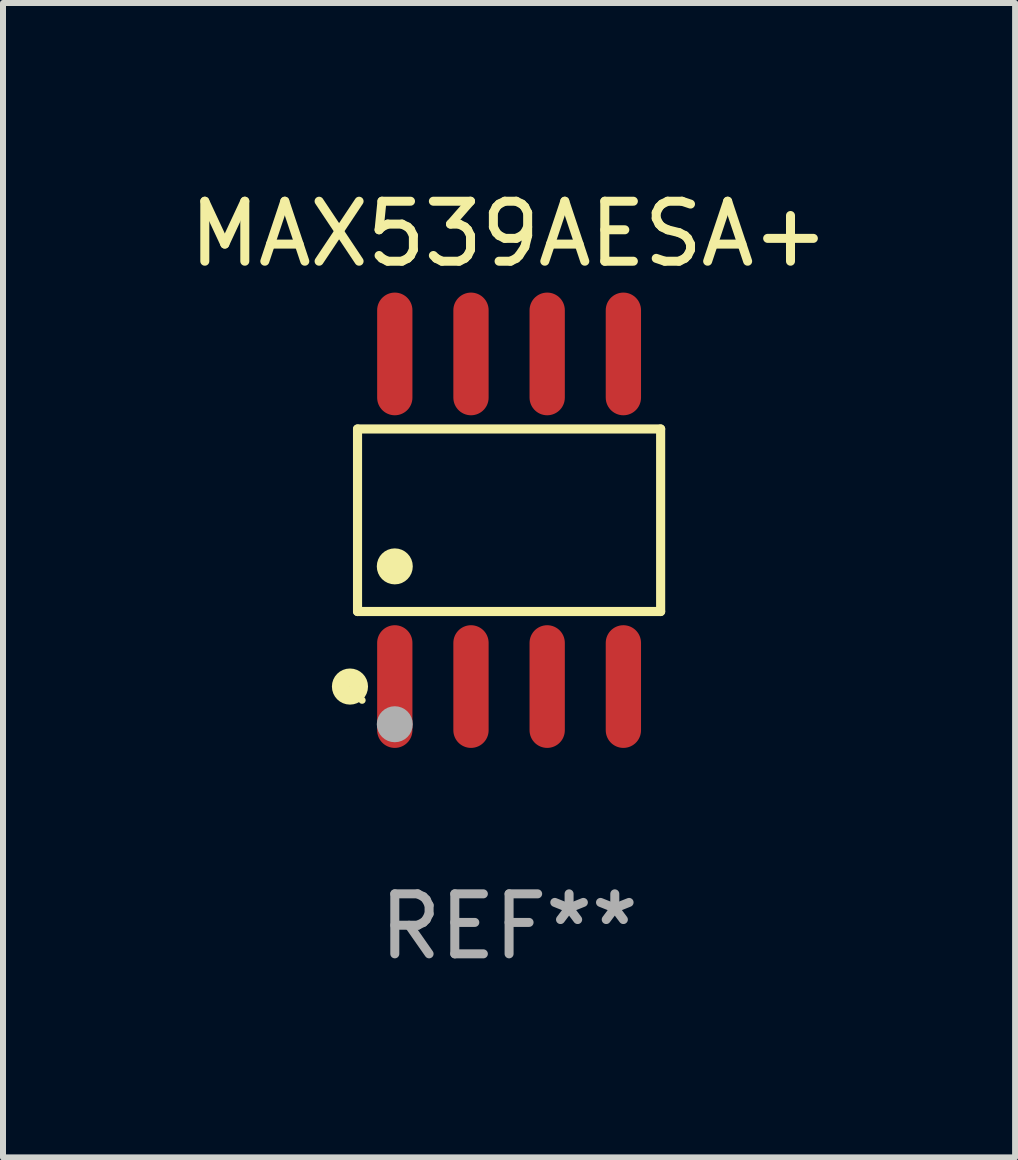
<source format=kicad_pcb>
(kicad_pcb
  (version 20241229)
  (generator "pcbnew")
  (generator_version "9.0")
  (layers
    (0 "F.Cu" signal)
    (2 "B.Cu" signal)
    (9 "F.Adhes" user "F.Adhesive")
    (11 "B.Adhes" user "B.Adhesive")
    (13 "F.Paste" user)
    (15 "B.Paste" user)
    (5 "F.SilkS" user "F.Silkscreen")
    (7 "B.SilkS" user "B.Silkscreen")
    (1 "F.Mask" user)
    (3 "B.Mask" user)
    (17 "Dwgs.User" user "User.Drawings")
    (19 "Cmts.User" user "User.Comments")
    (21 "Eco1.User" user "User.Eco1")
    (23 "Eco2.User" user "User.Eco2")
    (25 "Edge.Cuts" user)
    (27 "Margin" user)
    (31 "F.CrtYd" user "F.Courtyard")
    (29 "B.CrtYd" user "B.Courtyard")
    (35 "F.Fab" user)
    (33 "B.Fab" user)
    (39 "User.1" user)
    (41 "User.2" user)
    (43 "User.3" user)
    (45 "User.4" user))
  (footprint "MAX539AESA+"
    (layer "F.Cu")
    (at 5.435 5.621)
    (property "Reference" "MAX539AESA+" (at 0 -4.772 0) (layer "F.SilkS") (effects (font (size 1 1) (thickness 0.15))))
    (attr through_hole)
    (fp_line (start -2.526 -1.521) (end 2.526 -1.521) (stroke (width 0.152) (type solid)) (layer "F.SilkS"))
    (fp_line (start -2.526 1.521) (end -2.526 -1.521) (stroke (width 0.152) (type solid)) (layer "F.SilkS"))
    (fp_line (start 2.526 -1.521) (end 2.526 1.521) (stroke (width 0.152) (type solid)) (layer "F.SilkS"))
    (fp_line (start 2.526 1.521) (end -2.526 1.521) (stroke (width 0.152) (type solid)) (layer "F.SilkS"))
    (fp_circle (center -2.652 2.772) (end -2.501 2.772) (stroke (width 0.3) (type solid)) (fill no) (layer "F.SilkS"))
    (fp_circle (center -2.45 3) (end -2.42 3) (stroke (width 0.06) (type solid)) (fill no) (layer "F.SilkS"))
    (fp_circle (center -1.905 0.769) (end -1.755 0.769) (stroke (width 0.3) (type solid)) (fill no) (layer "F.SilkS"))
    (fp_circle (center -1.905 3.4) (end -1.755 3.4) (stroke (width 0.3) (type solid)) (fill no) (layer "F.Fab"))
    (fp_text user "REF**" (at 0 6.772 0) (layer "F.Fab") (effects (font (size 1 1) (thickness 0.15))))
    (pad "1" smd oval (at -1.905 2.772) (size 0.588 2.045) (layers "F.Cu" "F.Mask" "F.Paste"))
    (pad "2" smd oval (at -0.635 2.772) (size 0.588 2.045) (layers "F.Cu" "F.Mask" "F.Paste"))
    (pad "3" smd oval (at 0.635 2.772) (size 0.588 2.045) (layers "F.Cu" "F.Mask" "F.Paste"))
    (pad "4" smd oval (at 1.905 2.772) (size 0.588 2.045) (layers "F.Cu" "F.Mask" "F.Paste"))
    (pad "5" smd oval (at 1.905 -2.772) (size 0.588 2.045) (layers "F.Cu" "F.Mask" "F.Paste"))
    (pad "6" smd oval (at 0.635 -2.772) (size 0.588 2.045) (layers "F.Cu" "F.Mask" "F.Paste"))
    (pad "7" smd oval (at -0.635 -2.772) (size 0.588 2.045) (layers "F.Cu" "F.Mask" "F.Paste"))
    (pad "8" smd oval (at -1.905 -2.772) (size 0.588 2.045) (layers "F.Cu" "F.Mask" "F.Paste")))
  (gr_rect
    (start -3 -3)
    (end 13.869 16.241)
    (stroke (width 0.1) (type default))
    (fill no)
    (layer "Edge.Cuts")))
</source>
